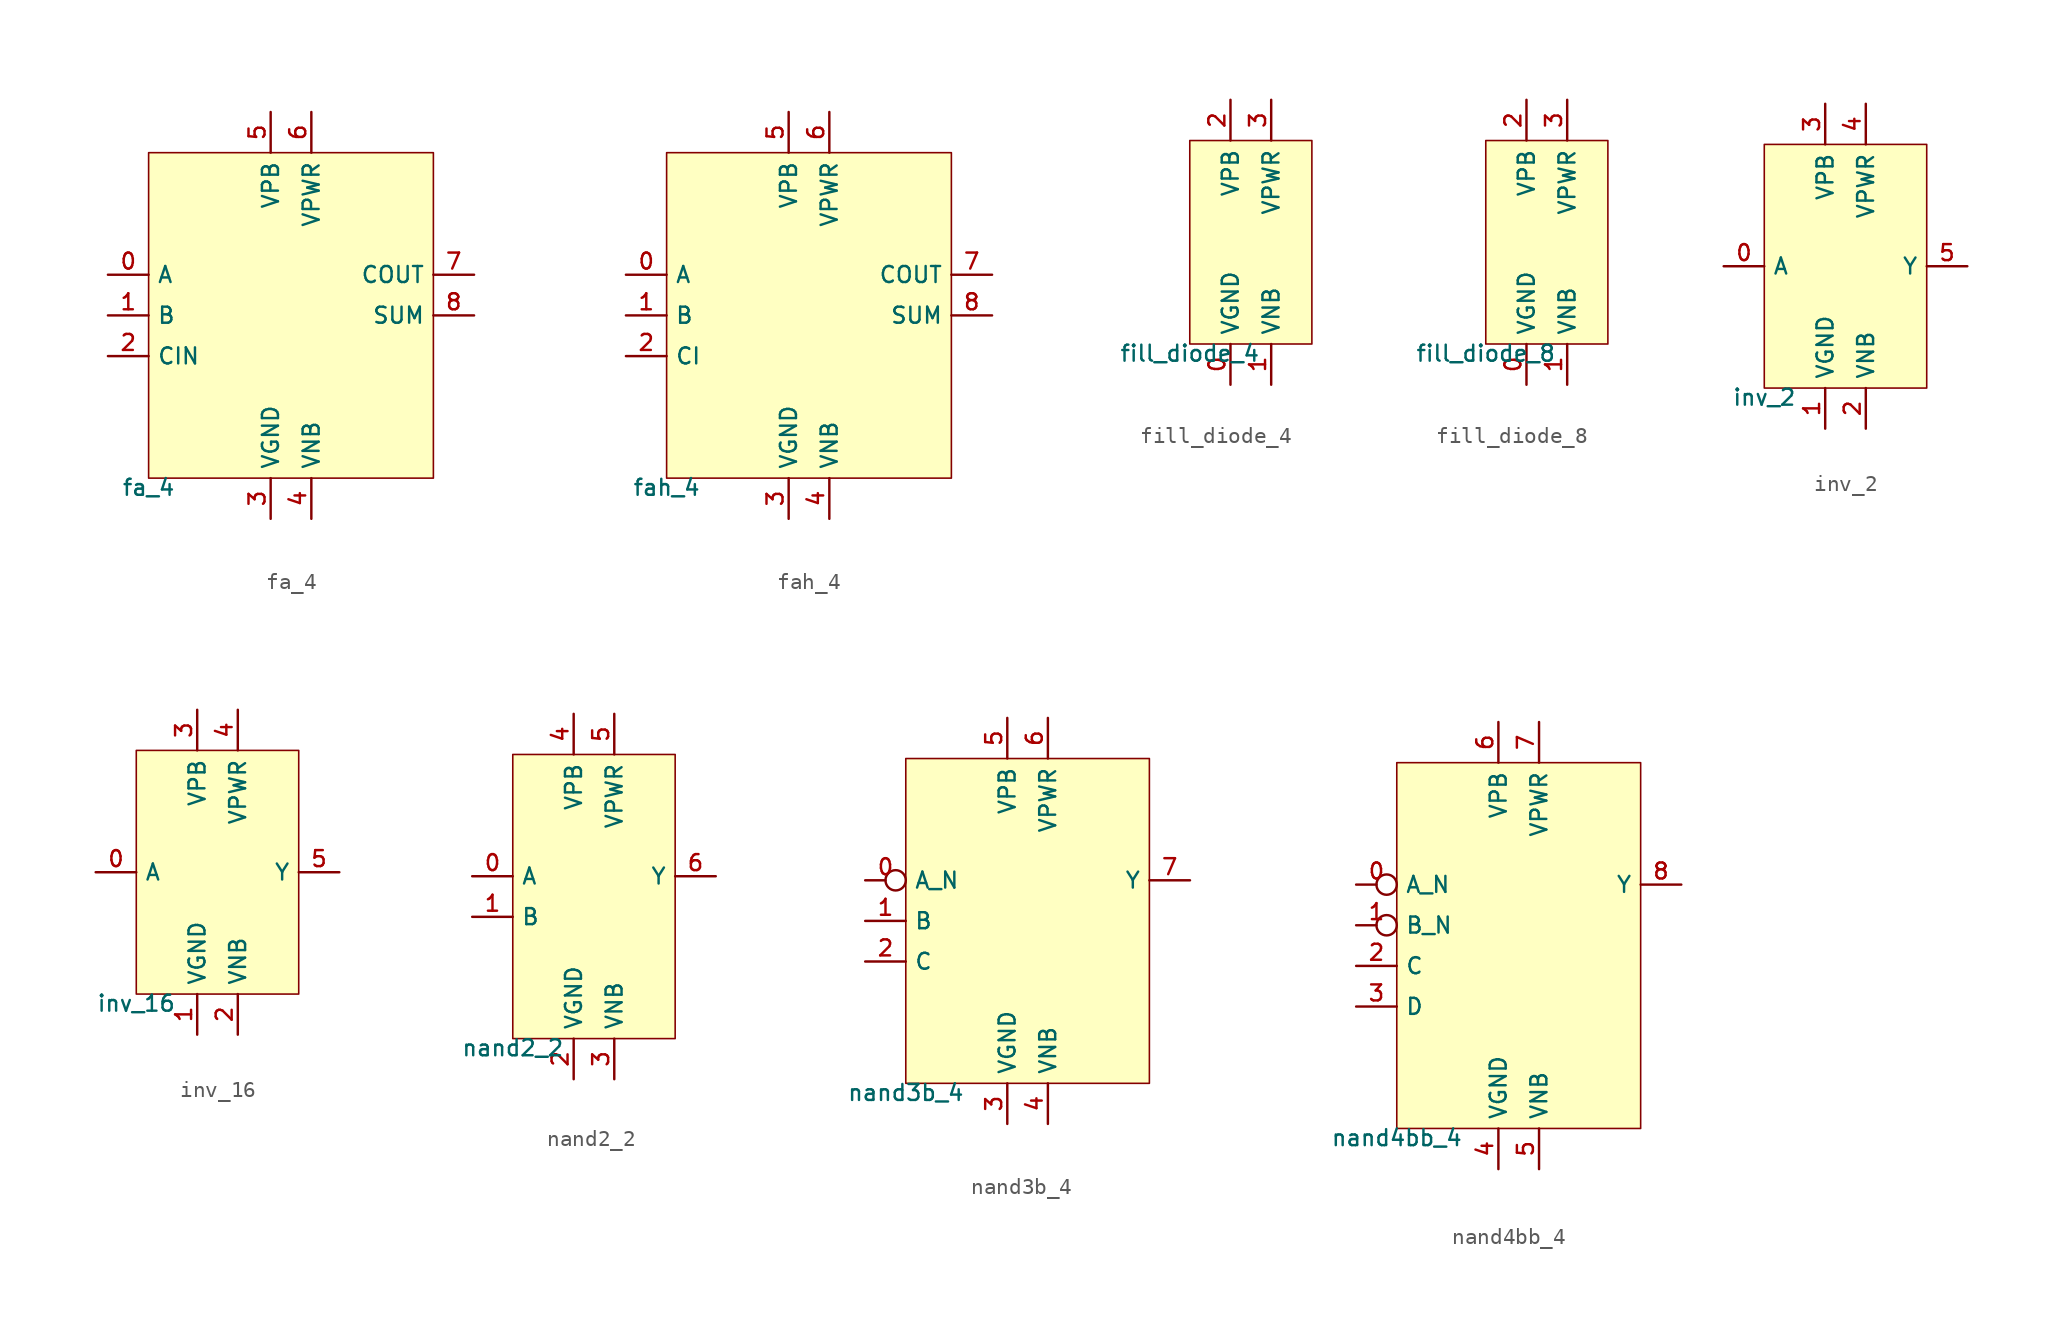
<source format=kicad_sym>
(kicad_symbol_lib
  (version 20211014)
  (generator lef2kicad_sym)
  (symbol "fa_4"
    (property "Reference" "CELL"
      (at 0 0 0)
      (effects (font (size 1 1)) hide))
    (property "Value" "fa_4"
      (at -8.89 -10.16 0)
      (effects (font (size 1 1)) (justify top)))
    (rectangle
      (start -8.89 -10.16)
      (end 8.89 10.16)
      (stroke (width 0.1) (type solid) (color 0 0 0 0))
      (fill (type background)))
    (pin input line
      (at -11.43 2.54 0)
      (length 2.54)
      (name "A" (effects (font (size 1 1)) hide))
      (number "0" (effects (font (size 1 1)) hide)))
    (pin input line
      (at -11.43 0.0 0)
      (length 2.54)
      (name "B" (effects (font (size 1 1)) hide))
      (number "1" (effects (font (size 1 1)) hide)))
    (pin input line
      (at -11.43 -2.54 0)
      (length 2.54)
      (name "CIN" (effects (font (size 1 1)) hide))
      (number "2" (effects (font (size 1 1)) hide)))
    (pin power_in line
      (at -1.27 -12.7 90)
      (length 2.54)
      (name "VGND" (effects (font (size 1 1)) hide))
      (number "3" (effects (font (size 1 1)) hide)))
    (pin power_in line
      (at 1.27 -12.7 90)
      (length 2.54)
      (name "VNB" (effects (font (size 1 1)) hide))
      (number "4" (effects (font (size 1 1)) hide)))
    (pin power_in line
      (at -1.27 12.7 270)
      (length 2.54)
      (name "VPB" (effects (font (size 1 1)) hide))
      (number "5" (effects (font (size 1 1)) hide)))
    (pin power_in line
      (at 1.27 12.7 270)
      (length 2.54)
      (name "VPWR" (effects (font (size 1 1)) hide))
      (number "6" (effects (font (size 1 1)) hide)))
    (pin output line
      (at 11.43 2.54 180)
      (length 2.54)
      (name "COUT" (effects (font (size 1 1)) hide))
      (number "7" (effects (font (size 1 1)) hide)))
    (pin output line
      (at 11.43 0.0 180)
      (length 2.54)
      (name "SUM" (effects (font (size 1 1)) hide))
      (number "8" (effects (font (size 1 1)) hide))))
  (symbol "fah_4"
    (property "Reference" "CELL"
      (at 0 0 0)
      (effects (font (size 1 1)) hide))
    (property "Value" "fah_4"
      (at -8.89 -10.16 0)
      (effects (font (size 1 1)) (justify top)))
    (rectangle
      (start -8.89 -10.16)
      (end 8.89 10.16)
      (stroke (width 0.1) (type solid) (color 0 0 0 0))
      (fill (type background)))
    (pin input line
      (at -11.43 2.54 0)
      (length 2.54)
      (name "A" (effects (font (size 1 1)) hide))
      (number "0" (effects (font (size 1 1)) hide)))
    (pin input line
      (at -11.43 0.0 0)
      (length 2.54)
      (name "B" (effects (font (size 1 1)) hide))
      (number "1" (effects (font (size 1 1)) hide)))
    (pin input line
      (at -11.43 -2.54 0)
      (length 2.54)
      (name "CI" (effects (font (size 1 1)) hide))
      (number "2" (effects (font (size 1 1)) hide)))
    (pin power_in line
      (at -1.27 -12.7 90)
      (length 2.54)
      (name "VGND" (effects (font (size 1 1)) hide))
      (number "3" (effects (font (size 1 1)) hide)))
    (pin power_in line
      (at 1.27 -12.7 90)
      (length 2.54)
      (name "VNB" (effects (font (size 1 1)) hide))
      (number "4" (effects (font (size 1 1)) hide)))
    (pin power_in line
      (at -1.27 12.7 270)
      (length 2.54)
      (name "VPB" (effects (font (size 1 1)) hide))
      (number "5" (effects (font (size 1 1)) hide)))
    (pin power_in line
      (at 1.27 12.7 270)
      (length 2.54)
      (name "VPWR" (effects (font (size 1 1)) hide))
      (number "6" (effects (font (size 1 1)) hide)))
    (pin output line
      (at 11.43 2.54 180)
      (length 2.54)
      (name "COUT" (effects (font (size 1 1)) hide))
      (number "7" (effects (font (size 1 1)) hide)))
    (pin output line
      (at 11.43 0.0 180)
      (length 2.54)
      (name "SUM" (effects (font (size 1 1)) hide))
      (number "8" (effects (font (size 1 1)) hide))))
  (symbol "fill_diode_4"
    (property "Reference" "CELL"
      (at 0 0 0)
      (effects (font (size 1 1)) hide))
    (property "Value" "fill_diode_4"
      (at -3.81 -6.35 0)
      (effects (font (size 1 1)) (justify top)))
    (rectangle
      (start -3.81 -6.35)
      (end 3.81 6.35)
      (stroke (width 0.1) (type solid) (color 0 0 0 0))
      (fill (type background)))
    (pin power_in line
      (at -1.27 -8.89 90)
      (length 2.54)
      (name "VGND" (effects (font (size 1 1)) hide))
      (number "0" (effects (font (size 1 1)) hide)))
    (pin power_in line
      (at 1.27 -8.89 90)
      (length 2.54)
      (name "VNB" (effects (font (size 1 1)) hide))
      (number "1" (effects (font (size 1 1)) hide)))
    (pin power_in line
      (at -1.27 8.89 270)
      (length 2.54)
      (name "VPB" (effects (font (size 1 1)) hide))
      (number "2" (effects (font (size 1 1)) hide)))
    (pin power_in line
      (at 1.27 8.89 270)
      (length 2.54)
      (name "VPWR" (effects (font (size 1 1)) hide))
      (number "3" (effects (font (size 1 1)) hide))))
  (symbol "fill_diode_8"
    (property "Reference" "CELL"
      (at 0 0 0)
      (effects (font (size 1 1)) hide))
    (property "Value" "fill_diode_8"
      (at -3.81 -6.35 0)
      (effects (font (size 1 1)) (justify top)))
    (rectangle
      (start -3.81 -6.35)
      (end 3.81 6.35)
      (stroke (width 0.1) (type solid) (color 0 0 0 0))
      (fill (type background)))
    (pin power_in line
      (at -1.27 -8.89 90)
      (length 2.54)
      (name "VGND" (effects (font (size 1 1)) hide))
      (number "0" (effects (font (size 1 1)) hide)))
    (pin power_in line
      (at 1.27 -8.89 90)
      (length 2.54)
      (name "VNB" (effects (font (size 1 1)) hide))
      (number "1" (effects (font (size 1 1)) hide)))
    (pin power_in line
      (at -1.27 8.89 270)
      (length 2.54)
      (name "VPB" (effects (font (size 1 1)) hide))
      (number "2" (effects (font (size 1 1)) hide)))
    (pin power_in line
      (at 1.27 8.89 270)
      (length 2.54)
      (name "VPWR" (effects (font (size 1 1)) hide))
      (number "3" (effects (font (size 1 1)) hide))))
  (symbol "inv_2"
    (property "Reference" "CELL"
      (at 0 0 0)
      (effects (font (size 1 1)) hide))
    (property "Value" "inv_2"
      (at -5.08 -7.62 0)
      (effects (font (size 1 1)) (justify top)))
    (rectangle
      (start -5.08 -7.62)
      (end 5.08 7.62)
      (stroke (width 0.1) (type solid) (color 0 0 0 0))
      (fill (type background)))
    (pin input line
      (at -7.62 0.0 0)
      (length 2.54)
      (name "A" (effects (font (size 1 1)) hide))
      (number "0" (effects (font (size 1 1)) hide)))
    (pin power_in line
      (at -1.27 -10.16 90)
      (length 2.54)
      (name "VGND" (effects (font (size 1 1)) hide))
      (number "1" (effects (font (size 1 1)) hide)))
    (pin power_in line
      (at 1.27 -10.16 90)
      (length 2.54)
      (name "VNB" (effects (font (size 1 1)) hide))
      (number "2" (effects (font (size 1 1)) hide)))
    (pin power_in line
      (at -1.27 10.16 270)
      (length 2.54)
      (name "VPB" (effects (font (size 1 1)) hide))
      (number "3" (effects (font (size 1 1)) hide)))
    (pin power_in line
      (at 1.27 10.16 270)
      (length 2.54)
      (name "VPWR" (effects (font (size 1 1)) hide))
      (number "4" (effects (font (size 1 1)) hide)))
    (pin output line
      (at 7.62 0.0 180)
      (length 2.54)
      (name "Y" (effects (font (size 1 1)) hide))
      (number "5" (effects (font (size 1 1)) hide))))
  (symbol "inv_16"
    (property "Reference" "CELL"
      (at 0 0 0)
      (effects (font (size 1 1)) hide))
    (property "Value" "inv_16"
      (at -5.08 -7.62 0)
      (effects (font (size 1 1)) (justify top)))
    (rectangle
      (start -5.08 -7.62)
      (end 5.08 7.62)
      (stroke (width 0.1) (type solid) (color 0 0 0 0))
      (fill (type background)))
    (pin input line
      (at -7.62 0.0 0)
      (length 2.54)
      (name "A" (effects (font (size 1 1)) hide))
      (number "0" (effects (font (size 1 1)) hide)))
    (pin power_in line
      (at -1.27 -10.16 90)
      (length 2.54)
      (name "VGND" (effects (font (size 1 1)) hide))
      (number "1" (effects (font (size 1 1)) hide)))
    (pin power_in line
      (at 1.27 -10.16 90)
      (length 2.54)
      (name "VNB" (effects (font (size 1 1)) hide))
      (number "2" (effects (font (size 1 1)) hide)))
    (pin power_in line
      (at -1.27 10.16 270)
      (length 2.54)
      (name "VPB" (effects (font (size 1 1)) hide))
      (number "3" (effects (font (size 1 1)) hide)))
    (pin power_in line
      (at 1.27 10.16 270)
      (length 2.54)
      (name "VPWR" (effects (font (size 1 1)) hide))
      (number "4" (effects (font (size 1 1)) hide)))
    (pin output line
      (at 7.62 0.0 180)
      (length 2.54)
      (name "Y" (effects (font (size 1 1)) hide))
      (number "5" (effects (font (size 1 1)) hide))))
  (symbol "nand2_2"
    (property "Reference" "CELL"
      (at 0 0 0)
      (effects (font (size 1 1)) hide))
    (property "Value" "nand2_2"
      (at -5.08 -8.89 0)
      (effects (font (size 1 1)) (justify top)))
    (rectangle
      (start -5.08 -8.89)
      (end 5.08 8.89)
      (stroke (width 0.1) (type solid) (color 0 0 0 0))
      (fill (type background)))
    (pin input line
      (at -7.62 1.27 0)
      (length 2.54)
      (name "A" (effects (font (size 1 1)) hide))
      (number "0" (effects (font (size 1 1)) hide)))
    (pin input line
      (at -7.62 -1.27 0)
      (length 2.54)
      (name "B" (effects (font (size 1 1)) hide))
      (number "1" (effects (font (size 1 1)) hide)))
    (pin power_in line
      (at -1.27 -11.43 90)
      (length 2.54)
      (name "VGND" (effects (font (size 1 1)) hide))
      (number "2" (effects (font (size 1 1)) hide)))
    (pin power_in line
      (at 1.27 -11.43 90)
      (length 2.54)
      (name "VNB" (effects (font (size 1 1)) hide))
      (number "3" (effects (font (size 1 1)) hide)))
    (pin power_in line
      (at -1.27 11.43 270)
      (length 2.54)
      (name "VPB" (effects (font (size 1 1)) hide))
      (number "4" (effects (font (size 1 1)) hide)))
    (pin power_in line
      (at 1.27 11.43 270)
      (length 2.54)
      (name "VPWR" (effects (font (size 1 1)) hide))
      (number "5" (effects (font (size 1 1)) hide)))
    (pin output line
      (at 7.62 1.27 180)
      (length 2.54)
      (name "Y" (effects (font (size 1 1)) hide))
      (number "6" (effects (font (size 1 1)) hide))))
  (symbol "nand3b_4"
    (property "Reference" "CELL"
      (at 0 0 0)
      (effects (font (size 1 1)) hide))
    (property "Value" "nand3b_4"
      (at -7.62 -10.16 0)
      (effects (font (size 1 1)) (justify top)))
    (rectangle
      (start -7.62 -10.16)
      (end 7.62 10.16)
      (stroke (width 0.1) (type solid) (color 0 0 0 0))
      (fill (type background)))
    (pin input inverted
      (at -10.16 2.54 0)
      (length 2.54)
      (name "A_N" (effects (font (size 1 1)) hide))
      (number "0" (effects (font (size 1 1)) hide)))
    (pin input line
      (at -10.16 0.0 0)
      (length 2.54)
      (name "B" (effects (font (size 1 1)) hide))
      (number "1" (effects (font (size 1 1)) hide)))
    (pin input line
      (at -10.16 -2.54 0)
      (length 2.54)
      (name "C" (effects (font (size 1 1)) hide))
      (number "2" (effects (font (size 1 1)) hide)))
    (pin power_in line
      (at -1.27 -12.7 90)
      (length 2.54)
      (name "VGND" (effects (font (size 1 1)) hide))
      (number "3" (effects (font (size 1 1)) hide)))
    (pin power_in line
      (at 1.27 -12.7 90)
      (length 2.54)
      (name "VNB" (effects (font (size 1 1)) hide))
      (number "4" (effects (font (size 1 1)) hide)))
    (pin power_in line
      (at -1.27 12.7 270)
      (length 2.54)
      (name "VPB" (effects (font (size 1 1)) hide))
      (number "5" (effects (font (size 1 1)) hide)))
    (pin power_in line
      (at 1.27 12.7 270)
      (length 2.54)
      (name "VPWR" (effects (font (size 1 1)) hide))
      (number "6" (effects (font (size 1 1)) hide)))
    (pin output line
      (at 10.16 2.54 180)
      (length 2.54)
      (name "Y" (effects (font (size 1 1)) hide))
      (number "7" (effects (font (size 1 1)) hide))))
  (symbol "nand4bb_4"
    (property "Reference" "CELL"
      (at 0 0 0)
      (effects (font (size 1 1)) hide))
    (property "Value" "nand4bb_4"
      (at -7.62 -11.43 0)
      (effects (font (size 1 1)) (justify top)))
    (rectangle
      (start -7.62 -11.43)
      (end 7.62 11.43)
      (stroke (width 0.1) (type solid) (color 0 0 0 0))
      (fill (type background)))
    (pin input inverted
      (at -10.16 3.81 0)
      (length 2.54)
      (name "A_N" (effects (font (size 1 1)) hide))
      (number "0" (effects (font (size 1 1)) hide)))
    (pin input inverted
      (at -10.16 1.27 0)
      (length 2.54)
      (name "B_N" (effects (font (size 1 1)) hide))
      (number "1" (effects (font (size 1 1)) hide)))
    (pin input line
      (at -10.16 -1.27 0)
      (length 2.54)
      (name "C" (effects (font (size 1 1)) hide))
      (number "2" (effects (font (size 1 1)) hide)))
    (pin input line
      (at -10.16 -3.81 0)
      (length 2.54)
      (name "D" (effects (font (size 1 1)) hide))
      (number "3" (effects (font (size 1 1)) hide)))
    (pin power_in line
      (at -1.27 -13.97 90)
      (length 2.54)
      (name "VGND" (effects (font (size 1 1)) hide))
      (number "4" (effects (font (size 1 1)) hide)))
    (pin power_in line
      (at 1.27 -13.97 90)
      (length 2.54)
      (name "VNB" (effects (font (size 1 1)) hide))
      (number "5" (effects (font (size 1 1)) hide)))
    (pin power_in line
      (at -1.27 13.97 270)
      (length 2.54)
      (name "VPB" (effects (font (size 1 1)) hide))
      (number "6" (effects (font (size 1 1)) hide)))
    (pin power_in line
      (at 1.27 13.97 270)
      (length 2.54)
      (name "VPWR" (effects (font (size 1 1)) hide))
      (number "7" (effects (font (size 1 1)) hide)))
    (pin output line
      (at 10.16 3.81 180)
      (length 2.54)
      (name "Y" (effects (font (size 1 1)) hide))
      (number "8" (effects (font (size 1 1)) hide)))))
</source>
